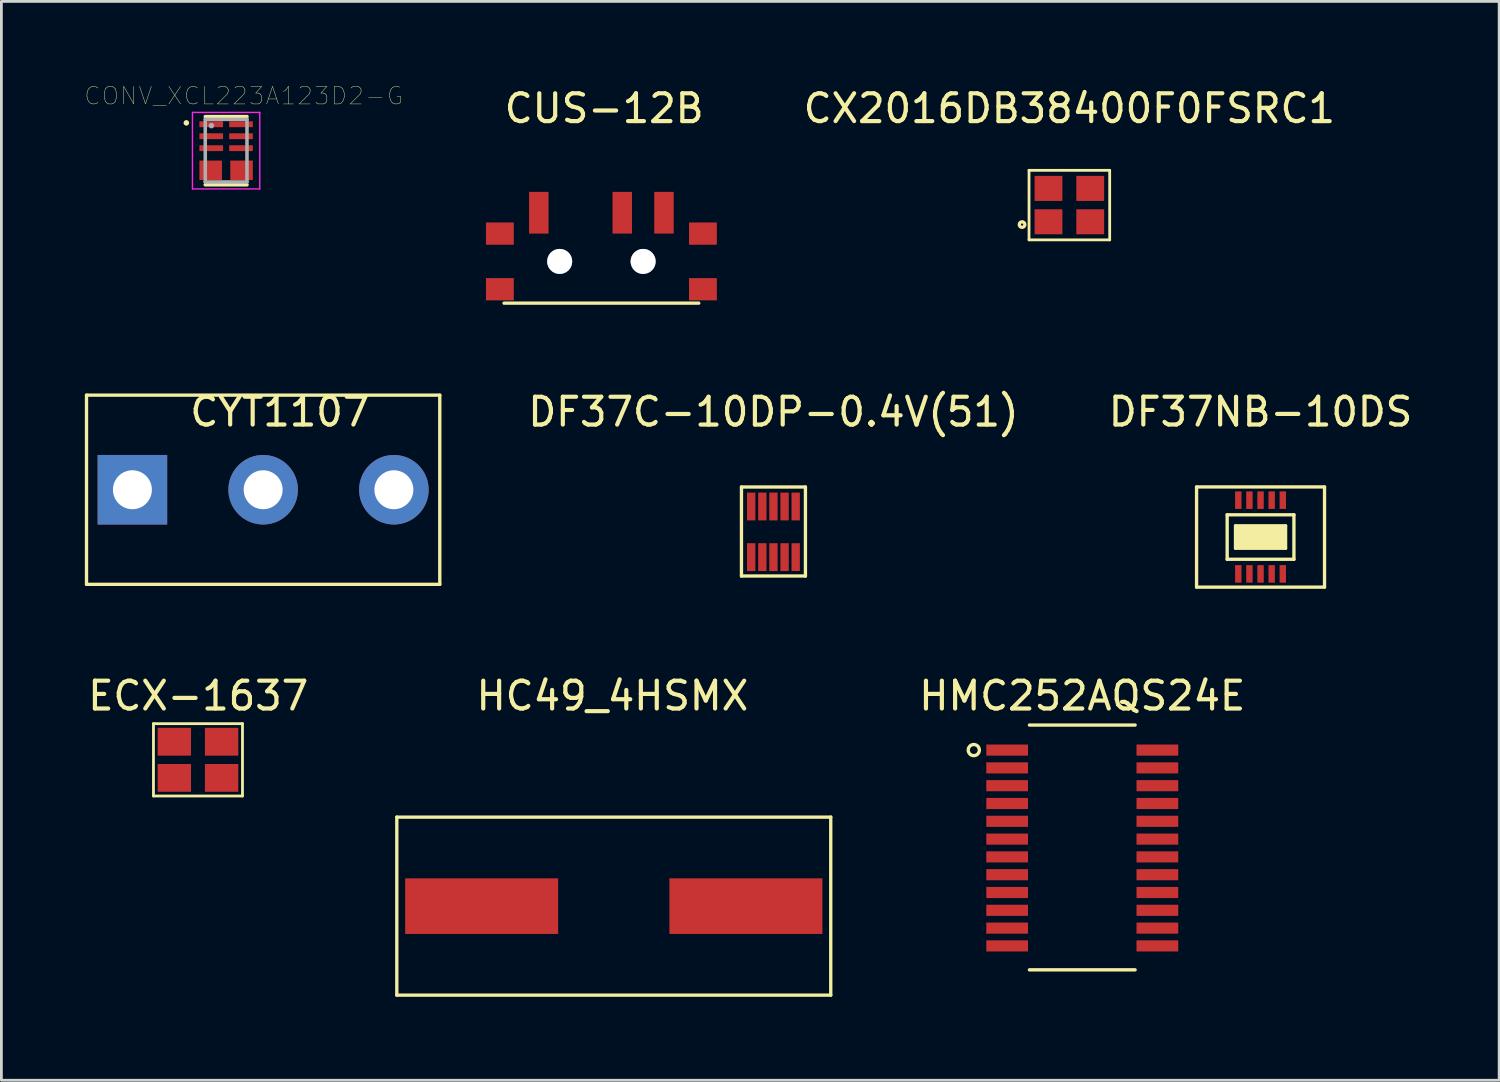
<source format=kicad_pcb>
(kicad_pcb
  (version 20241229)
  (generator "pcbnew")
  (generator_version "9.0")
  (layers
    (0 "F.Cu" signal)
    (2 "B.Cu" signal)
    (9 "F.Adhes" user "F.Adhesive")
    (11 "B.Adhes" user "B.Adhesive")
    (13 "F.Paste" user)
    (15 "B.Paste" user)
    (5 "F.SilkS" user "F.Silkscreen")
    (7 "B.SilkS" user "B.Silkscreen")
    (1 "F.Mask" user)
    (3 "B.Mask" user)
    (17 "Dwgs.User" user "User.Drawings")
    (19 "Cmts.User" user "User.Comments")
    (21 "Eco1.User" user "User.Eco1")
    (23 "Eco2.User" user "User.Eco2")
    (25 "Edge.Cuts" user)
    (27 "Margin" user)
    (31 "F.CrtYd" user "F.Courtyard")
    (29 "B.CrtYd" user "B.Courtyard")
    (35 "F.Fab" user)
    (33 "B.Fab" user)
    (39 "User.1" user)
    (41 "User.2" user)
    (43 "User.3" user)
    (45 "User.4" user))
  (footprint "CYT1107"
    (layer "F.Cu")
    (at 6.41 12.556)
    (property "Reference" "CYT1107" (at 0.6 -0.8 0) (layer "F.SilkS") (effects (font (size 1 1) (thickness 0.15))))
    (attr through_hole)
    (fp_line (start -6.35 -1.4) (end 6.35 -1.4) (stroke (width 0.12) (type solid)) (layer "F.SilkS"))
    (fp_line (start -6.35 5.4) (end -6.35 -1.4) (stroke (width 0.12) (type solid)) (layer "F.SilkS"))
    (fp_line (start 6.35 -1.4) (end 6.35 5.4) (stroke (width 0.12) (type solid)) (layer "F.SilkS"))
    (fp_line (start 6.35 5.4) (end -6.35 5.4) (stroke (width 0.12) (type solid)) (layer "F.SilkS"))
    (pad "1" thru_hole rect (at -4.7 2) (size 2.5 2.5) (drill 1.4) (layers "*.Cu" "*.Mask"))
    (pad "2" thru_hole circle (at 0 2) (size 2.5 2.5) (drill 1.4) (layers "*.Cu" "*.Mask"))
    (pad "3" thru_hole circle (at 4.7 2) (size 2.5 2.5) (drill 1.4) (layers "*.Cu" "*.Mask")))
  (footprint "CONV_XCL223A123D2-G"
    (layer "F.Cu")
    (at 5.079 2.367)
    (property "Reference" "CONV_XCL223A123D2-G" (at 0.631 -1.972 0) (layer "F.SilkS") (effects (font (size 0.631 0.631) (thickness 0.015))))
    (attr through_hole)
    (fp_line (start -0.75 -1.225) (end 0.75 -1.225) (stroke (width 0.127) (type solid)) (layer "F.SilkS"))
    (fp_line (start 0.75 1.225) (end -0.75 1.225) (stroke (width 0.127) (type solid)) (layer "F.SilkS"))
    (fp_circle (center -1.43 -1) (end -1.38 -1) (stroke (width 0.1) (type solid)) (fill no) (layer "F.SilkS"))
    (fp_line (start -1.21 -1.375) (end 1.21 -1.375) (stroke (width 0.05) (type solid)) (layer "F.CrtYd"))
    (fp_line (start -1.21 1.375) (end -1.21 -1.375) (stroke (width 0.05) (type solid)) (layer "F.CrtYd"))
    (fp_line (start 1.21 -1.375) (end 1.21 1.375) (stroke (width 0.05) (type solid)) (layer "F.CrtYd"))
    (fp_line (start 1.21 1.375) (end -1.21 1.375) (stroke (width 0.05) (type solid)) (layer "F.CrtYd"))
    (fp_line (start -0.75 -1.125) (end 0.75 -1.125) (stroke (width 0.127) (type solid)) (layer "F.Fab"))
    (fp_line (start -0.75 1.125) (end -0.75 -1.125) (stroke (width 0.127) (type solid)) (layer "F.Fab"))
    (fp_line (start 0.75 -1.125) (end 0.75 1.125) (stroke (width 0.127) (type solid)) (layer "F.Fab"))
    (fp_line (start 0.75 1.125) (end -0.75 1.125) (stroke (width 0.127) (type solid)) (layer "F.Fab"))
    (fp_circle (center -0.53 -0.9) (end -0.48 -0.9) (stroke (width 0.1) (type solid)) (fill no) (layer "F.Fab"))
    (pad "1" smd rect (at -0.535 -0.95) (size 0.85 0.21) (layers "F.Cu" "F.Mask" "F.Paste"))
    (pad "2" smd rect (at -0.535 -0.52) (size 0.85 0.21) (layers "F.Cu" "F.Mask" "F.Paste"))
    (pad "3" smd rect (at -0.535 -0.09) (size 0.85 0.21) (layers "F.Cu" "F.Mask" "F.Paste"))
    (pad "4" smd rect (at 0.535 -0.09) (size 0.85 0.21) (layers "F.Cu" "F.Mask" "F.Paste"))
    (pad "5" smd rect (at 0.535 -0.52) (size 0.85 0.21) (layers "F.Cu" "F.Mask" "F.Paste"))
    (pad "6" smd rect (at 0.535 -0.95) (size 0.85 0.21) (layers "F.Cu" "F.Mask" "F.Paste"))
    (pad "7" smd rect (at -0.555 0.705) (size 0.81 0.7) (layers "F.Cu" "F.Mask" "F.Paste"))
    (pad "8" smd rect (at 0.555 0.705) (size 0.81 0.7) (layers "F.Cu" "F.Mask" "F.Paste")))
  (footprint "HC49_4HSMX"
    (layer "F.Cu")
    (at 19.015 27.525)
    (property "Reference" "HC49_4HSMX" (at -0.05 -5.56 0) (layer "F.SilkS") (effects (font (size 1 1) (thickness 0.15))))
    (attr through_hole)
    (fp_line (start -7.8 -1.2) (end -7.8 5.2) (stroke (width 0.12) (type solid)) (layer "F.SilkS"))
    (fp_line (start -7.8 5.2) (end 7.8 5.2) (stroke (width 0.12) (type solid)) (layer "F.SilkS"))
    (fp_line (start 7.8 -1.2) (end -7.8 -1.2) (stroke (width 0.12) (type solid)) (layer "F.SilkS"))
    (fp_line (start 7.8 5.2) (end 7.8 -1.2) (stroke (width 0.12) (type solid)) (layer "F.SilkS"))
    (pad "1" smd rect (at -4.75 2) (size 5.5 2) (layers "F.Cu" "F.Mask" "F.Paste"))
    (pad "2" smd rect (at 4.75 2) (size 5.5 2) (layers "F.Cu" "F.Mask" "F.Paste")))
  (footprint "DF37NB-10DS"
    (layer "F.Cu")
    (at 42.266 16.256)
    (property "Reference" "DF37NB-10DS" (at 0 -4.5 0) (layer "F.SilkS") (effects (font (size 1 1) (thickness 0.15))))
    (attr through_hole)
    (fp_line (start -2.3 -1.8) (end 2.3 -1.8) (stroke (width 0.12) (type solid)) (layer "F.SilkS"))
    (fp_line (start -2.3 1.8) (end -2.3 -1.8) (stroke (width 0.12) (type solid)) (layer "F.SilkS"))
    (fp_line (start -1.2 -0.8) (end -1.2 0.8) (stroke (width 0.12) (type solid)) (layer "F.SilkS"))
    (fp_line (start -1.2 0.8) (end 1.2 0.8) (stroke (width 0.12) (type solid)) (layer "F.SilkS"))
    (fp_line (start -0.9 -0.4) (end -0.9 0.4) (stroke (width 0.12) (type solid)) (layer "F.SilkS"))
    (fp_line (start -0.9 0.4) (end 0.9 0.4) (stroke (width 0.12) (type solid)) (layer "F.SilkS"))
    (fp_line (start 0.9 -0.4) (end -0.9 -0.4) (stroke (width 0.12) (type solid)) (layer "F.SilkS"))
    (fp_line (start 0.9 0.4) (end 0.9 -0.4) (stroke (width 0.12) (type solid)) (layer "F.SilkS"))
    (fp_line (start 1.2 -0.8) (end -1.2 -0.8) (stroke (width 0.12) (type solid)) (layer "F.SilkS"))
    (fp_line (start 1.2 0.8) (end 1.2 -0.8) (stroke (width 0.12) (type solid)) (layer "F.SilkS"))
    (fp_line (start 2.3 -1.8) (end 2.3 1.8) (stroke (width 0.12) (type solid)) (layer "F.SilkS"))
    (fp_line (start 2.3 1.8) (end -2.3 1.8) (stroke (width 0.12) (type solid)) (layer "F.SilkS"))
    (fp_poly (pts (xy 0.9 0.4) (xy -0.9 0.4) (xy -0.9 -0.4) (xy 0.9 -0.4)) (stroke (width 0.1) (type solid)) (fill yes) (layer "F.SilkS"))
    (pad "1" smd rect (at -0.8 -1.325 180) (size 0.23 0.63) (layers "F.Cu" "F.Mask" "F.Paste"))
    (pad "2" smd rect (at -0.4 -1.325 180) (size 0.23 0.63) (layers "F.Cu" "F.Mask" "F.Paste"))
    (pad "3" smd rect (at 0 -1.325 180) (size 0.23 0.63) (layers "F.Cu" "F.Mask" "F.Paste"))
    (pad "4" smd rect (at 0.4 -1.325 180) (size 0.23 0.63) (layers "F.Cu" "F.Mask" "F.Paste"))
    (pad "5" smd rect (at 0.8 -1.325 180) (size 0.23 0.63) (layers "F.Cu" "F.Mask" "F.Paste"))
    (pad "6" smd rect (at 0.8 1.325 180) (size 0.23 0.63) (layers "F.Cu" "F.Mask" "F.Paste"))
    (pad "7" smd rect (at 0.4 1.325 180) (size 0.23 0.63) (layers "F.Cu" "F.Mask" "F.Paste"))
    (pad "8" smd rect (at 0 1.325 180) (size 0.23 0.63) (layers "F.Cu" "F.Mask" "F.Paste"))
    (pad "9" smd rect (at -0.4 1.325 180) (size 0.23 0.63) (layers "F.Cu" "F.Mask" "F.Paste"))
    (pad "10" smd rect (at -0.8 1.325 180) (size 0.23 0.63) (layers "F.Cu" "F.Mask" "F.Paste")))
  (footprint "DF37C-10DP-0.4V(51)"
    (layer "F.Cu")
    (at 24.755 11.158)
    (property "Reference" "DF37C-10DP-0.4V(51)" (at 0 0.6 0) (layer "F.SilkS") (effects (font (size 1 1) (thickness 0.15))))
    (attr through_hole)
    (fp_line (start -1.15 3.3) (end -1.15 6.5) (stroke (width 0.12) (type solid)) (layer "F.SilkS"))
    (fp_line (start -1.15 3.3) (end 1.15 3.3) (stroke (width 0.12) (type solid)) (layer "F.SilkS"))
    (fp_line (start 1.15 3.3) (end 1.15 6.5) (stroke (width 0.12) (type solid)) (layer "F.SilkS"))
    (fp_line (start 1.15 6.5) (end -1.15 6.5) (stroke (width 0.12) (type solid)) (layer "F.SilkS"))
    (pad "1" smd rect (at 0.8 4) (size 0.3 1) (layers "F.Cu" "F.Mask" "F.Paste"))
    (pad "2" smd rect (at 0.4 4) (size 0.3 1) (layers "F.Cu" "F.Mask" "F.Paste"))
    (pad "3" smd rect (at 0 4) (size 0.3 1) (layers "F.Cu" "F.Mask" "F.Paste"))
    (pad "4" smd rect (at -0.4 4) (size 0.3 1) (layers "F.Cu" "F.Mask" "F.Paste"))
    (pad "5" smd rect (at -0.8 4) (size 0.3 1) (layers "F.Cu" "F.Mask" "F.Paste"))
    (pad "6" smd rect (at -0.8 5.82) (size 0.3 1) (layers "F.Cu" "F.Mask" "F.Paste"))
    (pad "7" smd rect (at -0.4 5.82) (size 0.3 1) (layers "F.Cu" "F.Mask" "F.Paste"))
    (pad "8" smd rect (at 0 5.82) (size 0.3 1) (layers "F.Cu" "F.Mask" "F.Paste"))
    (pad "9" smd rect (at 0.4 5.82) (size 0.3 1) (layers "F.Cu" "F.Mask" "F.Paste"))
    (pad "10" smd rect (at 0.8 5.82) (size 0.3 1) (layers "F.Cu" "F.Mask" "F.Paste")))
  (footprint "HMC252AQS24E"
    (layer "F.Cu")
    (at 35.857 23.915)
    (property "Reference" "HMC252AQS24E" (at 0 -1.95 0) (layer "F.SilkS") (effects (font (size 1 1) (thickness 0.15))))
    (attr through_hole)
    (fp_line (start -1.9 -0.9) (end 1.9 -0.9) (stroke (width 0.12) (type solid)) (layer "F.SilkS"))
    (fp_line (start -1.9 7.9) (end 1.9 7.9) (stroke (width 0.12) (type solid)) (layer "F.SilkS"))
    (fp_circle (center -3.9 0) (end -3.9 -0.2) (stroke (width 0.12) (type solid)) (fill no) (layer "F.SilkS"))
    (pad "1" smd rect (at -2.7 0 90) (size 0.4 1.5) (layers "F.Cu" "F.Mask" "F.Paste"))
    (pad "2" smd rect (at -2.7 0.64 90) (size 0.4 1.5) (layers "F.Cu" "F.Mask" "F.Paste"))
    (pad "3" smd rect (at -2.7 1.28 90) (size 0.4 1.5) (layers "F.Cu" "F.Mask" "F.Paste"))
    (pad "4" smd rect (at -2.7 1.92 90) (size 0.4 1.5) (layers "F.Cu" "F.Mask" "F.Paste"))
    (pad "5" smd rect (at -2.7 2.56 90) (size 0.4 1.5) (layers "F.Cu" "F.Mask" "F.Paste"))
    (pad "6" smd rect (at -2.7 3.2 90) (size 0.4 1.5) (layers "F.Cu" "F.Mask" "F.Paste"))
    (pad "7" smd rect (at -2.7 3.84 90) (size 0.4 1.5) (layers "F.Cu" "F.Mask" "F.Paste"))
    (pad "8" smd rect (at -2.7 4.48 90) (size 0.4 1.5) (layers "F.Cu" "F.Mask" "F.Paste"))
    (pad "9" smd rect (at -2.7 5.12 90) (size 0.4 1.5) (layers "F.Cu" "F.Mask" "F.Paste"))
    (pad "10" smd rect (at -2.7 5.76 90) (size 0.4 1.5) (layers "F.Cu" "F.Mask" "F.Paste"))
    (pad "11" smd rect (at -2.7 6.4 90) (size 0.4 1.5) (layers "F.Cu" "F.Mask" "F.Paste"))
    (pad "12" smd rect (at -2.7 7.04 90) (size 0.4 1.5) (layers "F.Cu" "F.Mask" "F.Paste"))
    (pad "13" smd rect (at 2.7 7.04 90) (size 0.4 1.5) (layers "F.Cu" "F.Mask" "F.Paste"))
    (pad "14" smd rect (at 2.7 6.4 90) (size 0.4 1.5) (layers "F.Cu" "F.Mask" "F.Paste"))
    (pad "15" smd rect (at 2.7 5.76 90) (size 0.4 1.5) (layers "F.Cu" "F.Mask" "F.Paste"))
    (pad "16" smd rect (at 2.7 5.12 90) (size 0.4 1.5) (layers "F.Cu" "F.Mask" "F.Paste"))
    (pad "17" smd rect (at 2.7 4.48 90) (size 0.4 1.5) (layers "F.Cu" "F.Mask" "F.Paste"))
    (pad "18" smd rect (at 2.7 3.84 90) (size 0.4 1.5) (layers "F.Cu" "F.Mask" "F.Paste"))
    (pad "19" smd rect (at 2.7 3.2 90) (size 0.4 1.5) (layers "F.Cu" "F.Mask" "F.Paste"))
    (pad "20" smd rect (at 2.7 2.56 90) (size 0.4 1.5) (layers "F.Cu" "F.Mask" "F.Paste"))
    (pad "21" smd rect (at 2.7 1.92 90) (size 0.4 1.5) (layers "F.Cu" "F.Mask" "F.Paste"))
    (pad "22" smd rect (at 2.7 1.28 90) (size 0.4 1.5) (layers "F.Cu" "F.Mask" "F.Paste"))
    (pad "23" smd rect (at 2.7 0.64 90) (size 0.4 1.5) (layers "F.Cu" "F.Mask" "F.Paste"))
    (pad "24" smd rect (at 2.7 0 90) (size 0.4 1.5) (layers "F.Cu" "F.Mask" "F.Paste")))
  (footprint "CUS-12B"
    (layer "F.Cu")
    (at 18.57 6.348)
    (property "Reference" "CUS-12B" (at 0.1 -5.5 0) (layer "F.SilkS") (effects (font (size 1 1) (thickness 0.15))))
    (attr through_hole)
    (fp_line (start 3.5 1.5) (end -3.5 1.5) (stroke (width 0.12) (type solid)) (layer "F.SilkS"))
    (pad "" smd rect (at -3.65 -1 90) (size 0.8 1) (layers "F.Cu" "F.Mask" "F.Paste"))
    (pad "" smd rect (at -3.65 1 90) (size 0.8 1) (layers "F.Cu" "F.Mask" "F.Paste"))
    (pad "" thru_hole circle (at -1.5 0 90) (size 0.9 0.9) (drill 0.9) (layers "*.Cu" "*.Mask"))
    (pad "" thru_hole circle (at 1.5 0 90) (size 0.9 0.9) (drill 0.9) (layers "*.Cu" "*.Mask"))
    (pad "" smd rect (at 3.65 -1 90) (size 0.8 1) (layers "F.Cu" "F.Mask" "F.Paste"))
    (pad "" smd rect (at 3.65 1 90) (size 0.8 1) (layers "F.Cu" "F.Mask" "F.Paste"))
    (pad "1" smd rect (at -2.25 -1.75) (size 0.7 1.5) (layers "F.Cu" "F.Mask" "F.Paste"))
    (pad "2" smd rect (at 0.75 -1.75) (size 0.7 1.5) (layers "F.Cu" "F.Mask" "F.Paste"))
    (pad "3" smd rect (at 2.25 -1.75) (size 0.7 1.5) (layers "F.Cu" "F.Mask" "F.Paste")))
  (footprint "ECX-1637"
    (layer "F.Cu")
    (at 4.067 21.615)
    (property "Reference" "ECX-1637" (at 0.01 0.35 0) (layer "F.SilkS") (effects (font (size 1 1) (thickness 0.15))))
    (attr through_hole)
    (fp_line (start -1.6 1.35) (end 1.6 1.35) (stroke (width 0.1) (type solid)) (layer "F.SilkS"))
    (fp_line (start -1.6 3.95) (end -1.6 1.35) (stroke (width 0.1) (type solid)) (layer "F.SilkS"))
    (fp_line (start 1.6 1.35) (end 1.6 3.95) (stroke (width 0.1) (type solid)) (layer "F.SilkS"))
    (fp_line (start 1.6 3.95) (end -1.6 3.95) (stroke (width 0.1) (type solid)) (layer "F.SilkS"))
    (pad "1" smd rect (at -0.85 3.3) (size 1.2 1) (layers "F.Cu" "F.Mask" "F.Paste"))
    (pad "2" smd rect (at 0.85 3.3) (size 1.2 1) (layers "F.Cu" "F.Mask" "F.Paste"))
    (pad "3" smd rect (at 0.85 2) (size 1.2 1) (layers "F.Cu" "F.Mask" "F.Paste"))
    (pad "4" smd rect (at -0.85 2) (size 1.2 1) (layers "F.Cu" "F.Mask" "F.Paste")))
  (footprint "CX2016DB38400F0FSRC1"
    (layer "F.Cu")
    (at 35.393 3.023)
    (property "Reference" "CX2016DB38400F0FSRC1" (at 0 -2.175 0) (layer "F.SilkS") (effects (font (size 1 1) (thickness 0.15))))
    (attr through_hole)
    (fp_line (start -1.45 0.05) (end 1.45 0.05) (stroke (width 0.1) (type solid)) (layer "F.SilkS"))
    (fp_line (start -1.45 2.55) (end -1.45 0.05) (stroke (width 0.1) (type solid)) (layer "F.SilkS"))
    (fp_line (start 1.45 0.05) (end 1.45 2.55) (stroke (width 0.1) (type solid)) (layer "F.SilkS"))
    (fp_line (start 1.45 2.55) (end -1.45 2.55) (stroke (width 0.1) (type solid)) (layer "F.SilkS"))
    (fp_circle (center -1.7 2) (end -1.7 1.9) (stroke (width 0.12) (type solid)) (fill no) (layer "F.SilkS"))
    (pad "1" smd rect (at -0.75 1.9) (size 1 0.9) (layers "F.Cu" "F.Mask" "F.Paste"))
    (pad "2" smd rect (at 0.75 1.9) (size 1 0.9) (layers "F.Cu" "F.Mask" "F.Paste"))
    (pad "3" smd rect (at 0.75 0.7) (size 1 0.9) (layers "F.Cu" "F.Mask" "F.Paste"))
    (pad "4" smd rect (at -0.75 0.7) (size 1 0.9) (layers "F.Cu" "F.Mask" "F.Paste")))
  (gr_rect
    (start -3 -3)
    (end 50.844 35.785)
    (stroke (width 0.1) (type default))
    (fill no)
    (layer "Edge.Cuts")))
</source>
